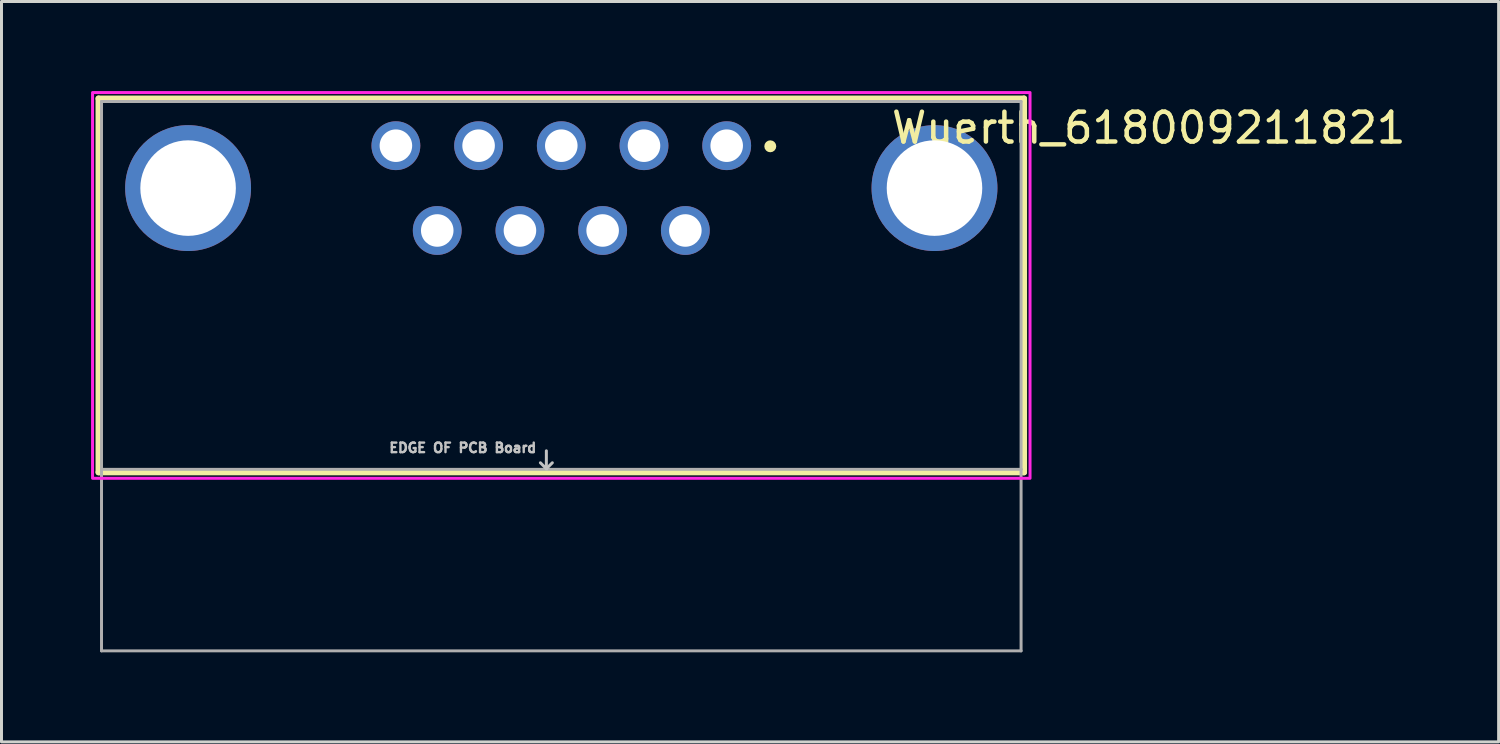
<source format=kicad_pcb>
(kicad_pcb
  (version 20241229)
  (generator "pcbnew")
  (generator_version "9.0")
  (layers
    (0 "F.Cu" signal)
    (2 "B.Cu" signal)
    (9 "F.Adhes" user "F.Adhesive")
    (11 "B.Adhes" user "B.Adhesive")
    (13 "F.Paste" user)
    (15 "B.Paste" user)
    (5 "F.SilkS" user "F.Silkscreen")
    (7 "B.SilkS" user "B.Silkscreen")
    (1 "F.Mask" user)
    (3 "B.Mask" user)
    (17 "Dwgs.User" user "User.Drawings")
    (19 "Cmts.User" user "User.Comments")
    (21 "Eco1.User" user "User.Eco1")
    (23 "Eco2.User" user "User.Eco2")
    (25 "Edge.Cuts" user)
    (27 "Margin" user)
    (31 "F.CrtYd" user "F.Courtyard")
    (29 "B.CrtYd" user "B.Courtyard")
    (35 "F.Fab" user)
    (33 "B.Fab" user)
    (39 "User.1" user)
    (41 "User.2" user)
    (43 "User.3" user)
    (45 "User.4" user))
  (footprint "Wuerth_618009211821"
    (layer "F.Cu")
    (at 15.75 9.55)
    (property "Reference" "Wuerth_618009211821" (at 19.675 -8.315 0) (layer "F.SilkS") (effects (font (size 1 1) (thickness 0.15))))
    (attr through_hole)
    (fp_line (start -15.5 -9.3) (end 15.5 -9.3) (stroke (width 0.2) (type solid)) (layer "F.SilkS"))
    (fp_line (start -15.5 3.22) (end -15.5 -9.3) (stroke (width 0.2) (type solid)) (layer "F.SilkS"))
    (fp_line (start 15.5 -9.3) (end 15.5 3.22) (stroke (width 0.2) (type solid)) (layer "F.SilkS"))
    (fp_line (start 15.5 3.22) (end -15.5 3.22) (stroke (width 0.2) (type solid)) (layer "F.SilkS"))
    (fp_circle (center 7 -7.7) (end 7.1 -7.7) (stroke (width 0.2) (type solid)) (fill no) (layer "F.SilkS"))
    (fp_line (start -0.5 2.5) (end -0.5 3.1) (stroke (width 0.1) (type solid)) (layer "Dwgs.User"))
    (fp_line (start -0.5 3.1) (end -0.7 2.9) (stroke (width 0.1) (type solid)) (layer "Dwgs.User"))
    (fp_line (start -0.5 3.1) (end -0.3 2.9) (stroke (width 0.1) (type solid)) (layer "Dwgs.User"))
    (fp_poly (pts (xy -15.7 -9.5) (xy 15.7 -9.5) (xy 15.7 3.42) (xy -15.7 3.42)) (stroke (width 0.1) (type solid)) (fill no) (layer "F.CrtYd"))
    (fp_line (start -15.4 -9.2) (end 15.4 -9.2) (stroke (width 0.1) (type solid)) (layer "F.Fab"))
    (fp_line (start -15.4 3.12) (end -15.4 -9.2) (stroke (width 0.1) (type solid)) (layer "F.Fab"))
    (fp_line (start -15.4 9.2) (end -15.4 3.12) (stroke (width 0.1) (type solid)) (layer "F.Fab"))
    (fp_line (start 15.4 -9.2) (end 15.4 3.12) (stroke (width 0.1) (type solid)) (layer "F.Fab"))
    (fp_line (start 15.4 3.12) (end -15.4 3.12) (stroke (width 0.1) (type solid)) (layer "F.Fab"))
    (fp_line (start 15.4 3.12) (end 15.4 9.2) (stroke (width 0.1) (type solid)) (layer "F.Fab"))
    (fp_line (start 15.4 9.2) (end -15.4 9.2) (stroke (width 0.1) (type solid)) (layer "F.Fab"))
    (fp_text user "EDGE OF PCB Board" (at -3.3 2.4 0) (layer "Dwgs.User") (effects (font (size 0.32 0.32) (thickness 0.15))))
    (pad "0" thru_hole circle (at -12.5 -6.3) (size 4.216 4.216) (drill 3.2) (layers "*.Cu" "*.Mask"))
    (pad "0" thru_hole circle (at 12.5 -6.3) (size 4.216 4.216) (drill 3.2) (layers "*.Cu" "*.Mask"))
    (pad "1" thru_hole circle (at 5.54 -7.72) (size 1.635 1.635) (drill 1.09) (layers "*.Cu" "*.Mask"))
    (pad "2" thru_hole circle (at 2.77 -7.72) (size 1.635 1.635) (drill 1.09) (layers "*.Cu" "*.Mask"))
    (pad "3" thru_hole circle (at 0 -7.72) (size 1.635 1.635) (drill 1.09) (layers "*.Cu" "*.Mask"))
    (pad "4" thru_hole circle (at -2.77 -7.72) (size 1.635 1.635) (drill 1.09) (layers "*.Cu" "*.Mask"))
    (pad "5" thru_hole circle (at -5.54 -7.72) (size 1.635 1.635) (drill 1.09) (layers "*.Cu" "*.Mask"))
    (pad "6" thru_hole circle (at 4.155 -4.88) (size 1.635 1.635) (drill 1.09) (layers "*.Cu" "*.Mask"))
    (pad "7" thru_hole circle (at 1.385 -4.88) (size 1.635 1.635) (drill 1.09) (layers "*.Cu" "*.Mask"))
    (pad "8" thru_hole circle (at -1.385 -4.88) (size 1.635 1.635) (drill 1.09) (layers "*.Cu" "*.Mask"))
    (pad "9" thru_hole circle (at -4.155 -4.88) (size 1.635 1.635) (drill 1.09) (layers "*.Cu" "*.Mask")))
  (gr_rect
    (start -3 -3)
    (end 47.145 21.8)
    (stroke (width 0.1) (type default))
    (fill no)
    (layer "Edge.Cuts")))
</source>
